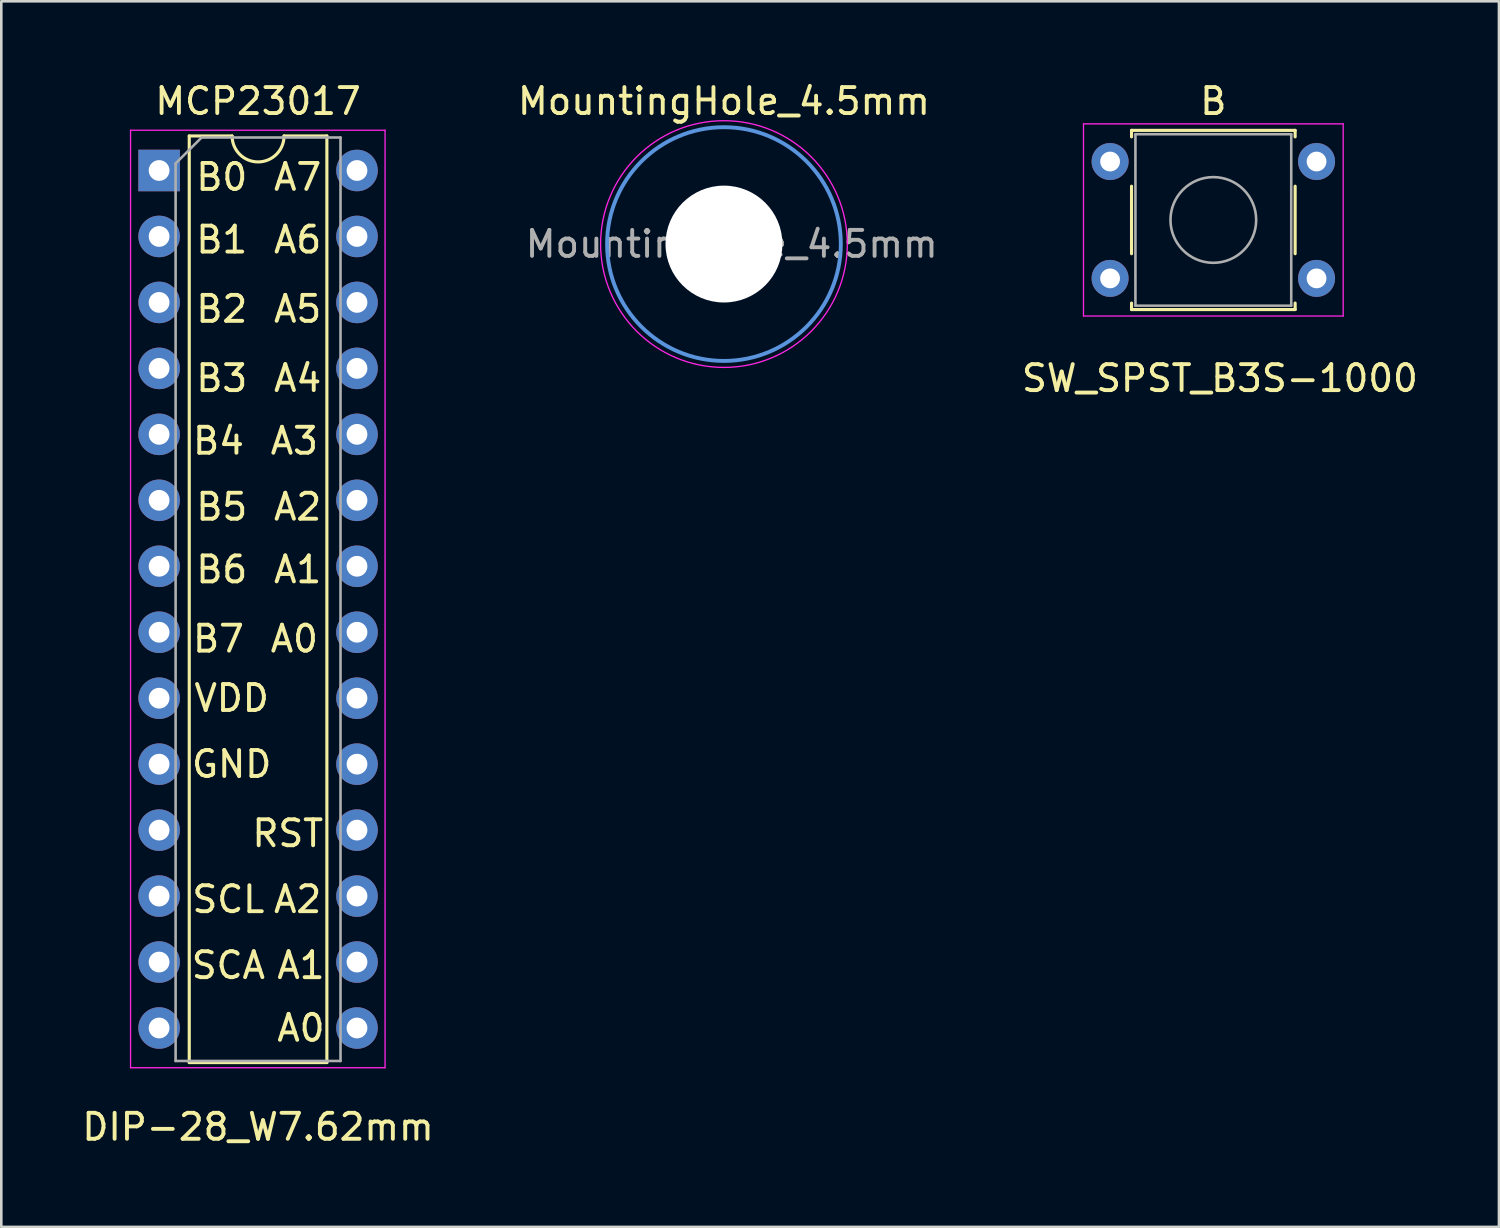
<source format=kicad_pcb>
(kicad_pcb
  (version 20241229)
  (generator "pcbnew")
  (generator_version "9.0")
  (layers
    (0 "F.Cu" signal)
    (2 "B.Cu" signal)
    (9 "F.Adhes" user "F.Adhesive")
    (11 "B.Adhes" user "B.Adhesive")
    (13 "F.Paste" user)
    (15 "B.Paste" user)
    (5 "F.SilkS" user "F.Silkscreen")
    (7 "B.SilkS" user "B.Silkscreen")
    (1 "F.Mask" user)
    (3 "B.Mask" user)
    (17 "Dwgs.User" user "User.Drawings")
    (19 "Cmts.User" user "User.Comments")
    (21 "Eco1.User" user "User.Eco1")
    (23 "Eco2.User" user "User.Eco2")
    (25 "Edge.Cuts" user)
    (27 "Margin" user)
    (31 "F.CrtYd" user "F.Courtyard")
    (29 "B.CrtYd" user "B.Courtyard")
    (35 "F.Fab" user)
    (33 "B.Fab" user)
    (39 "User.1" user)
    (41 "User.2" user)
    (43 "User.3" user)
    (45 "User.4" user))
  (footprint "DIP-28_W7.62mm"
    (layer "F.Cu")
    (at 3.077 3.515)
    (property "Reference" "DIP-28_W7.62mm" (at 3.81 36.83 0) (layer "F.SilkS") (effects (font (size 1 1) (thickness 0.15))))
    (attr through_hole)
    (fp_line (start 1.16 -1.33) (end 1.16 34.35) (stroke (width 0.12) (type solid)) (layer "F.SilkS"))
    (fp_line (start 1.16 34.35) (end 6.46 34.35) (stroke (width 0.12) (type solid)) (layer "F.SilkS"))
    (fp_line (start 2.81 -1.33) (end 1.16 -1.33) (stroke (width 0.12) (type solid)) (layer "F.SilkS"))
    (fp_line (start 6.46 -1.33) (end 4.81 -1.33) (stroke (width 0.12) (type solid)) (layer "F.SilkS"))
    (fp_line (start 6.46 34.35) (end 6.46 -1.33) (stroke (width 0.12) (type solid)) (layer "F.SilkS"))
    (fp_arc (start 4.81 -1.33) (mid 3.81 -0.33) (end 2.81 -1.33) (stroke (width 0.12) (type solid)) (layer "F.SilkS"))
    (fp_line (start -1.1 -1.55) (end -1.1 34.55) (stroke (width 0.05) (type solid)) (layer "F.CrtYd"))
    (fp_line (start -1.1 34.55) (end 8.7 34.55) (stroke (width 0.05) (type solid)) (layer "F.CrtYd"))
    (fp_line (start 8.7 -1.55) (end -1.1 -1.55) (stroke (width 0.05) (type solid)) (layer "F.CrtYd"))
    (fp_line (start 8.7 34.55) (end 8.7 -1.55) (stroke (width 0.05) (type solid)) (layer "F.CrtYd"))
    (fp_line (start 0.635 -0.27) (end 1.635 -1.27) (stroke (width 0.1) (type solid)) (layer "F.Fab"))
    (fp_line (start 0.635 34.29) (end 0.635 -0.27) (stroke (width 0.1) (type solid)) (layer "F.Fab"))
    (fp_line (start 1.635 -1.27) (end 6.985 -1.27) (stroke (width 0.1) (type solid)) (layer "F.Fab"))
    (fp_line (start 6.985 -1.27) (end 6.985 34.29) (stroke (width 0.1) (type solid)) (layer "F.Fab"))
    (fp_line (start 6.985 34.29) (end 0.635 34.29) (stroke (width 0.1) (type solid)) (layer "F.Fab"))
    (fp_text user "B3" (at 2.413 8.001 0) (layer "F.SilkS") (effects (font (size 1 1) (thickness 0.15))))
    (fp_text user "B0" (at 2.413 0.254 0) (layer "F.SilkS") (effects (font (size 1 1) (thickness 0.15))))
    (fp_text user "A3" (at 5.207 10.414 0) (layer "F.SilkS") (effects (font (size 1 1) (thickness 0.15))))
    (fp_text user "A1" (at 5.461 30.607 0) (layer "F.SilkS") (effects (font (size 1 1) (thickness 0.15))))
    (fp_text user "VDD" (at 2.794 20.32 0) (layer "F.SilkS") (effects (font (size 1 1) (thickness 0.15))))
    (fp_text user "SCA" (at 2.667 30.607 0) (layer "F.SilkS") (effects (font (size 1 1) (thickness 0.15))))
    (fp_text user "A2" (at 5.334 12.954 0) (layer "F.SilkS") (effects (font (size 1 1) (thickness 0.15))))
    (fp_text user "A2" (at 5.334 28.067 0) (layer "F.SilkS") (effects (font (size 1 1) (thickness 0.15))))
    (fp_text user "B4" (at 2.286 10.414 0) (layer "F.SilkS") (effects (font (size 1 1) (thickness 0.15))))
    (fp_text user "A4" (at 5.334 8.001 0) (layer "F.SilkS") (effects (font (size 1 1) (thickness 0.15))))
    (fp_text user "MCP23017" (at 3.81 -2.667 0) (layer "F.SilkS") (effects (font (size 1 1) (thickness 0.15))))
    (fp_text user "A0" (at 5.461 33.02 0) (layer "F.SilkS") (effects (font (size 1 1) (thickness 0.15))))
    (fp_text user "B2" (at 2.413 5.334 0) (layer "F.SilkS") (effects (font (size 1 1) (thickness 0.15))))
    (fp_text user "RST" (at 4.953 25.527 0) (layer "F.SilkS") (effects (font (size 1 1) (thickness 0.15))))
    (fp_text user "SCL" (at 2.667 28.067 0) (layer "F.SilkS") (effects (font (size 1 1) (thickness 0.15))))
    (fp_text user "A7" (at 5.334 0.254 0) (layer "F.SilkS") (effects (font (size 1 1) (thickness 0.15))))
    (fp_text user "GND" (at 2.794 22.86 0) (layer "F.SilkS") (effects (font (size 1 1) (thickness 0.15))))
    (fp_text user "B5" (at 2.413 12.954 0) (layer "F.SilkS") (effects (font (size 1 1) (thickness 0.15))))
    (fp_text user "A1" (at 5.334 15.367 0) (layer "F.SilkS") (effects (font (size 1 1) (thickness 0.15))))
    (fp_text user "B6" (at 2.413 15.367 0) (layer "F.SilkS") (effects (font (size 1 1) (thickness 0.15))))
    (fp_text user "A0" (at 5.207 18.034 0) (layer "F.SilkS") (effects (font (size 1 1) (thickness 0.15))))
    (fp_text user "B1" (at 2.413 2.667 0) (layer "F.SilkS") (effects (font (size 1 1) (thickness 0.15))))
    (fp_text user "B7" (at 2.286 18.034 0) (layer "F.SilkS") (effects (font (size 1 1) (thickness 0.15))))
    (fp_text user "A6" (at 5.334 2.667 0) (layer "F.SilkS") (effects (font (size 1 1) (thickness 0.15))))
    (fp_text user "A5" (at 5.334 5.334 0) (layer "F.SilkS") (effects (font (size 1 1) (thickness 0.15))))
    (pad "1" thru_hole rect (at 0 0) (size 1.6 1.6) (drill 0.8) (layers "*.Cu" "*.Mask"))
    (pad "2" thru_hole oval (at 0 2.54) (size 1.6 1.6) (drill 0.8) (layers "*.Cu" "*.Mask"))
    (pad "3" thru_hole oval (at 0 5.08) (size 1.6 1.6) (drill 0.8) (layers "*.Cu" "*.Mask"))
    (pad "4" thru_hole oval (at 0 7.62) (size 1.6 1.6) (drill 0.8) (layers "*.Cu" "*.Mask"))
    (pad "5" thru_hole oval (at 0 10.16) (size 1.6 1.6) (drill 0.8) (layers "*.Cu" "*.Mask"))
    (pad "6" thru_hole oval (at 0 12.7) (size 1.6 1.6) (drill 0.8) (layers "*.Cu" "*.Mask"))
    (pad "7" thru_hole oval (at 0 15.24) (size 1.6 1.6) (drill 0.8) (layers "*.Cu" "*.Mask"))
    (pad "8" thru_hole oval (at 0 17.78) (size 1.6 1.6) (drill 0.8) (layers "*.Cu" "*.Mask"))
    (pad "9" thru_hole oval (at 0 20.32) (size 1.6 1.6) (drill 0.8) (layers "*.Cu" "*.Mask"))
    (pad "10" thru_hole oval (at 0 22.86) (size 1.6 1.6) (drill 0.8) (layers "*.Cu" "*.Mask"))
    (pad "11" thru_hole oval (at 0 25.4) (size 1.6 1.6) (drill 0.8) (layers "*.Cu" "*.Mask"))
    (pad "12" thru_hole oval (at 0 27.94) (size 1.6 1.6) (drill 0.8) (layers "*.Cu" "*.Mask"))
    (pad "13" thru_hole oval (at 0 30.48) (size 1.6 1.6) (drill 0.8) (layers "*.Cu" "*.Mask"))
    (pad "14" thru_hole oval (at 0 33.02) (size 1.6 1.6) (drill 0.8) (layers "*.Cu" "*.Mask"))
    (pad "15" thru_hole oval (at 7.62 33.02) (size 1.6 1.6) (drill 0.8) (layers "*.Cu" "*.Mask"))
    (pad "16" thru_hole oval (at 7.62 30.48) (size 1.6 1.6) (drill 0.8) (layers "*.Cu" "*.Mask"))
    (pad "17" thru_hole oval (at 7.62 27.94) (size 1.6 1.6) (drill 0.8) (layers "*.Cu" "*.Mask"))
    (pad "18" thru_hole oval (at 7.62 25.4) (size 1.6 1.6) (drill 0.8) (layers "*.Cu" "*.Mask"))
    (pad "19" thru_hole oval (at 7.62 22.86) (size 1.6 1.6) (drill 0.8) (layers "*.Cu" "*.Mask"))
    (pad "20" thru_hole oval (at 7.62 20.32) (size 1.6 1.6) (drill 0.8) (layers "*.Cu" "*.Mask"))
    (pad "21" thru_hole oval (at 7.62 17.78) (size 1.6 1.6) (drill 0.8) (layers "*.Cu" "*.Mask"))
    (pad "22" thru_hole oval (at 7.62 15.24) (size 1.6 1.6) (drill 0.8) (layers "*.Cu" "*.Mask"))
    (pad "23" thru_hole oval (at 7.62 12.7) (size 1.6 1.6) (drill 0.8) (layers "*.Cu" "*.Mask"))
    (pad "24" thru_hole oval (at 7.62 10.16) (size 1.6 1.6) (drill 0.8) (layers "*.Cu" "*.Mask"))
    (pad "25" thru_hole oval (at 7.62 7.62) (size 1.6 1.6) (drill 0.8) (layers "*.Cu" "*.Mask"))
    (pad "26" thru_hole oval (at 7.62 5.08) (size 1.6 1.6) (drill 0.8) (layers "*.Cu" "*.Mask"))
    (pad "27" thru_hole oval (at 7.62 2.54) (size 1.6 1.6) (drill 0.8) (layers "*.Cu" "*.Mask"))
    (pad "28" thru_hole oval (at 7.62 0) (size 1.6 1.6) (drill 0.8) (layers "*.Cu" "*.Mask")))
  (footprint "MountingHole_4.5mm"
    (layer "F.Cu")
    (at 24.827 6.348)
    (property "Reference" "MountingHole_4.5mm" (at 0 -5.5 0) (layer "F.SilkS") (effects (font (size 1 1) (thickness 0.15))))
    (attr exclude_from_pos_files exclude_from_bom)
    (fp_circle (center 0 0) (end 4.5 0) (stroke (width 0.15) (type solid)) (fill no) (layer "Cmts.User"))
    (fp_circle (center 0 0) (end 4.75 0) (stroke (width 0.05) (type solid)) (fill no) (layer "F.CrtYd"))
    (fp_text user "${REFERENCE}" (at 0.3 0 0) (layer "F.Fab") (effects (font (size 1 1) (thickness 0.15))))
    (pad "" np_thru_hole circle (at 0 0) (size 4.5 4.5) (drill 4.5) (layers "*.Cu" "*.Mask")))
  (footprint "SW_SPST_B3S-1000"
    (layer "F.Cu")
    (at 43.671 5.42)
    (property "Reference" "SW_SPST_B3S-1000" (at 0.254 6.096 0) (layer "F.SilkS") (effects (font (size 1 1) (thickness 0.15))))
    (attr smd)
    (fp_line (start -3.15 -3.45) (end 3.15 -3.45) (stroke (width 0.12) (type solid)) (layer "F.SilkS"))
    (fp_line (start -3.15 -3.2) (end -3.15 -3.45) (stroke (width 0.12) (type solid)) (layer "F.SilkS"))
    (fp_line (start -3.15 1.3) (end -3.15 -1.3) (stroke (width 0.12) (type solid)) (layer "F.SilkS"))
    (fp_line (start -3.15 3.45) (end -3.15 3.2) (stroke (width 0.12) (type solid)) (layer "F.SilkS"))
    (fp_line (start 3.15 -3.45) (end 3.15 -3.2) (stroke (width 0.12) (type solid)) (layer "F.SilkS"))
    (fp_line (start 3.15 -1.3) (end 3.15 1.3) (stroke (width 0.12) (type solid)) (layer "F.SilkS"))
    (fp_line (start 3.15 3.2) (end 3.15 3.45) (stroke (width 0.12) (type solid)) (layer "F.SilkS"))
    (fp_line (start 3.15 3.45) (end -3.15 3.45) (stroke (width 0.12) (type solid)) (layer "F.SilkS"))
    (fp_line (start -5 -3.7) (end -5 3.7) (stroke (width 0.05) (type solid)) (layer "F.CrtYd"))
    (fp_line (start -5 3.7) (end 5 3.7) (stroke (width 0.05) (type solid)) (layer "F.CrtYd"))
    (fp_line (start 5 -3.7) (end -5 -3.7) (stroke (width 0.05) (type solid)) (layer "F.CrtYd"))
    (fp_line (start 5 3.7) (end 5 -3.7) (stroke (width 0.05) (type solid)) (layer "F.CrtYd"))
    (fp_line (start -3 -3.3) (end 3 -3.3) (stroke (width 0.1) (type solid)) (layer "F.Fab"))
    (fp_line (start -3 3.3) (end -3 -3.3) (stroke (width 0.1) (type solid)) (layer "F.Fab"))
    (fp_line (start 3 -3.3) (end 3 3.3) (stroke (width 0.1) (type solid)) (layer "F.Fab"))
    (fp_line (start 3 3.3) (end -3 3.3) (stroke (width 0.1) (type solid)) (layer "F.Fab"))
    (fp_circle (center 0 0) (end 1.65 0) (stroke (width 0.1) (type solid)) (fill no) (layer "F.Fab"))
    (fp_text user "B" (at 0 -4.572 0) (layer "F.SilkS") (effects (font (size 1 1) (thickness 0.15))))
    (pad "1" thru_hole circle (at -3.975 -2.25) (size 1.424 1.424) (drill 0.762) (layers "*.Cu" "*.Mask"))
    (pad "1" thru_hole circle (at 3.975 -2.25) (size 1.424 1.424) (drill 0.762) (layers "*.Cu" "*.Mask"))
    (pad "2" thru_hole circle (at -3.975 2.25) (size 1.424 1.424) (drill 0.762) (layers "*.Cu" "*.Mask"))
    (pad "2" thru_hole circle (at 3.975 2.25) (size 1.424 1.424) (drill 0.762) (layers "*.Cu" "*.Mask")))
  (gr_rect
    (start -3 -3)
    (end 54.669 44.194)
    (stroke (width 0.1) (type default))
    (fill no)
    (layer "Edge.Cuts")))
</source>
